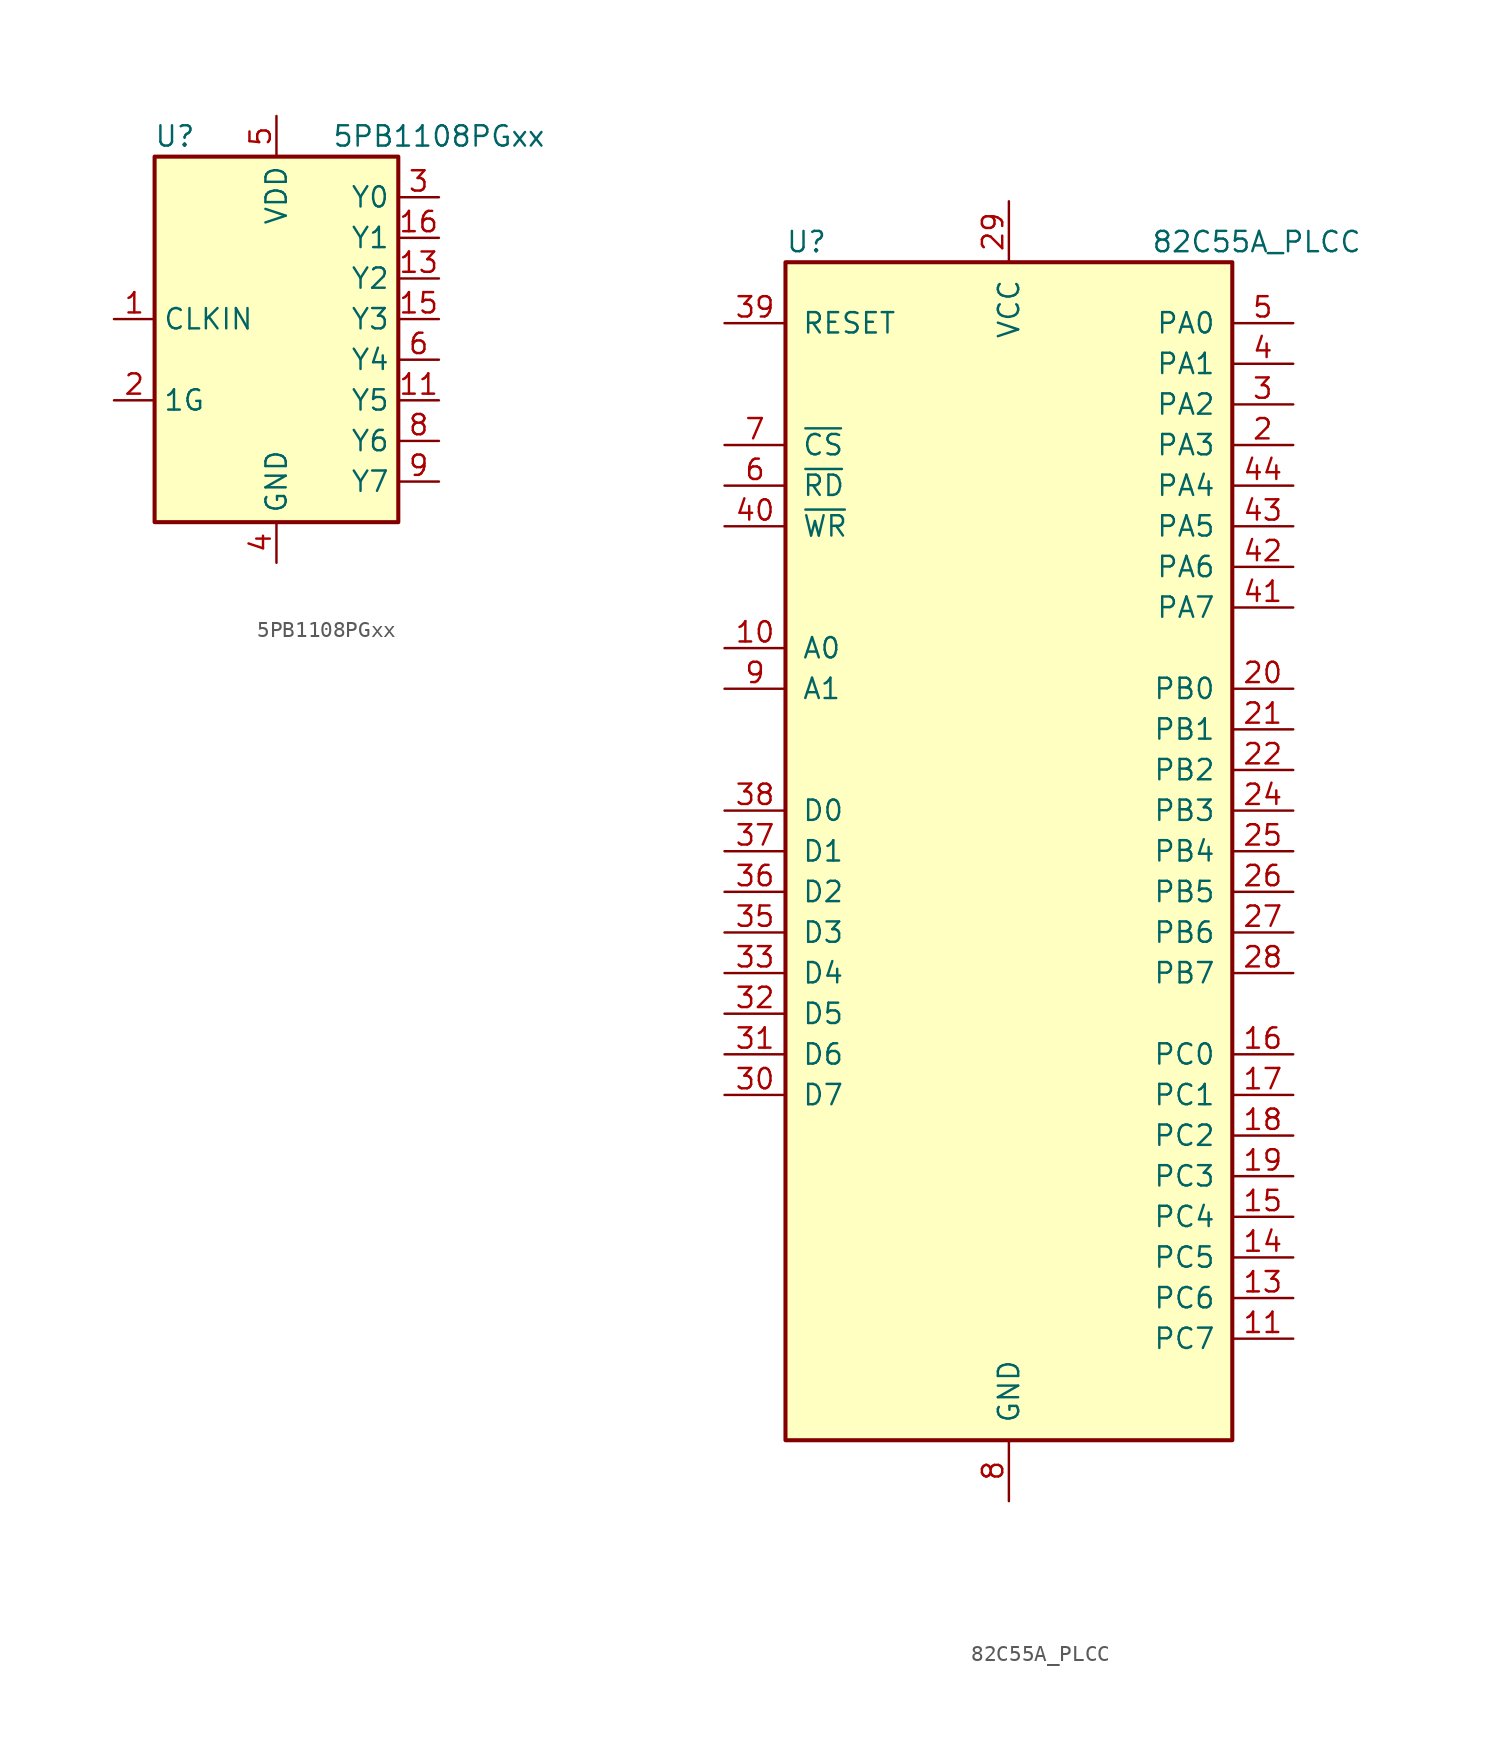
<source format=kicad_sym>
(kicad_symbol_lib
  (version 20241209)
  (generator "kicad_symbol_editor")
  (generator_version "9.0")
  (symbol "5PB1108PGxx"
    (property "Reference" "U"
      (at -6.35 13.97 0)
      (effects (font (size 1.27 1.27))))
    (property "Value" "5PB1108PGxx"
      (at 10.16 13.97 0)
      (effects (font (size 1.27 1.27))))
    (symbol "5PB1108PGxx_0_1"
      (rectangle (start -7.62 12.7) (end 7.62 -10.16) (stroke (width 0.254) (type default)) (fill (type background))))
    (symbol "5PB1108PGxx_1_1"
      (pin input line (at -10.16 2.54 0) (length 2.54) (name "CLKIN" (effects (font (size 1.27 1.27)))) (number "1" (effects (font (size 1.27 1.27)))))
      (pin input line (at -10.16 -2.54 0) (length 2.54) (name "1G" (effects (font (size 1.27 1.27)))) (number "2" (effects (font (size 1.27 1.27)))))
      (pin passive line (at 0 15.24 270) (length 2.54) (hide yes) (name "VDD" (effects (font (size 1.27 1.27)))) (number "10" (effects (font (size 1.27 1.27)))))
      (pin passive line (at 0 15.24 270) (length 2.54) (hide yes) (name "VDD" (effects (font (size 1.27 1.27)))) (number "14" (effects (font (size 1.27 1.27)))))
      (pin power_in line (at 0 15.24 270) (length 2.54) (name "VDD" (effects (font (size 1.27 1.27)))) (number "5" (effects (font (size 1.27 1.27)))))
      (pin passive line (at 0 -12.7 90) (length 2.54) (hide yes) (name "GND" (effects (font (size 1.27 1.27)))) (number "12" (effects (font (size 1.27 1.27)))))
      (pin power_in line (at 0 -12.7 90) (length 2.54) (name "GND" (effects (font (size 1.27 1.27)))) (number "4" (effects (font (size 1.27 1.27)))))
      (pin passive line (at 0 -12.7 90) (length 2.54) (hide yes) (name "GND" (effects (font (size 1.27 1.27)))) (number "7" (effects (font (size 1.27 1.27)))))
      (pin output line (at 10.16 10.16 180) (length 2.54) (name "Y0" (effects (font (size 1.27 1.27)))) (number "3" (effects (font (size 1.27 1.27)))))
      (pin output line (at 10.16 7.62 180) (length 2.54) (name "Y1" (effects (font (size 1.27 1.27)))) (number "16" (effects (font (size 1.27 1.27)))))
      (pin output line (at 10.16 5.08 180) (length 2.54) (name "Y2" (effects (font (size 1.27 1.27)))) (number "13" (effects (font (size 1.27 1.27)))))
      (pin output line (at 10.16 2.54 180) (length 2.54) (name "Y3" (effects (font (size 1.27 1.27)))) (number "15" (effects (font (size 1.27 1.27)))))
      (pin output line (at 10.16 0 180) (length 2.54) (name "Y4" (effects (font (size 1.27 1.27)))) (number "6" (effects (font (size 1.27 1.27)))))
      (pin output line (at 10.16 -2.54 180) (length 2.54) (name "Y5" (effects (font (size 1.27 1.27)))) (number "11" (effects (font (size 1.27 1.27)))))
      (pin output line (at 10.16 -5.08 180) (length 2.54) (name "Y6" (effects (font (size 1.27 1.27)))) (number "8" (effects (font (size 1.27 1.27)))))
      (pin output line (at 10.16 -7.62 180) (length 2.54) (name "Y7" (effects (font (size 1.27 1.27)))) (number "9" (effects (font (size 1.27 1.27)))))))
  (symbol "82C55A_PLCC"
    (pin_names
      (offset 1.016))
    (property "Reference" "U"
      (at -13.97 38.1 0)
      (effects (font (size 1.27 1.27)) (justify left)))
    (property "Value" "82C55A_PLCC"
      (at 8.89 38.1 0)
      (effects (font (size 1.27 1.27)) (justify left)))
    (symbol "82C55A_PLCC_1_1"
      (rectangle (start -13.97 -36.83) (end 13.97 36.83) (stroke (width 0.254) (type default)) (fill (type background)))
      (pin input line (at -17.78 33.02 0) (length 3.81) (name "RESET" (effects (font (size 1.27 1.27)))) (number "39" (effects (font (size 1.27 1.27)))))
      (pin input line (at -17.78 25.4 0) (length 3.81) (name "~{CS}" (effects (font (size 1.27 1.27)))) (number "7" (effects (font (size 1.27 1.27)))))
      (pin input line (at -17.78 22.86 0) (length 3.81) (name "~{RD}" (effects (font (size 1.27 1.27)))) (number "6" (effects (font (size 1.27 1.27)))))
      (pin input line (at -17.78 20.32 0) (length 3.81) (name "~{WR}" (effects (font (size 1.27 1.27)))) (number "40" (effects (font (size 1.27 1.27)))))
      (pin input line (at -17.78 12.7 0) (length 3.81) (name "A0" (effects (font (size 1.27 1.27)))) (number "10" (effects (font (size 1.27 1.27)))))
      (pin input line (at -17.78 10.16 0) (length 3.81) (name "A1" (effects (font (size 1.27 1.27)))) (number "9" (effects (font (size 1.27 1.27)))))
      (pin bidirectional line (at -17.78 2.54 0) (length 3.81) (name "D0" (effects (font (size 1.27 1.27)))) (number "38" (effects (font (size 1.27 1.27)))))
      (pin bidirectional line (at -17.78 0 0) (length 3.81) (name "D1" (effects (font (size 1.27 1.27)))) (number "37" (effects (font (size 1.27 1.27)))))
      (pin bidirectional line (at -17.78 -2.54 0) (length 3.81) (name "D2" (effects (font (size 1.27 1.27)))) (number "36" (effects (font (size 1.27 1.27)))))
      (pin bidirectional line (at -17.78 -5.08 0) (length 3.81) (name "D3" (effects (font (size 1.27 1.27)))) (number "35" (effects (font (size 1.27 1.27)))))
      (pin bidirectional line (at -17.78 -7.62 0) (length 3.81) (name "D4" (effects (font (size 1.27 1.27)))) (number "33" (effects (font (size 1.27 1.27)))))
      (pin bidirectional line (at -17.78 -10.16 0) (length 3.81) (name "D5" (effects (font (size 1.27 1.27)))) (number "32" (effects (font (size 1.27 1.27)))))
      (pin bidirectional line (at -17.78 -12.7 0) (length 3.81) (name "D6" (effects (font (size 1.27 1.27)))) (number "31" (effects (font (size 1.27 1.27)))))
      (pin bidirectional line (at -17.78 -15.24 0) (length 3.81) (name "D7" (effects (font (size 1.27 1.27)))) (number "30" (effects (font (size 1.27 1.27)))))
      (pin no_connect line (at -13.97 -22.86 0) (length 5.08) (hide yes) (name "NC" (effects (font (size 1.27 1.27)))) (number "1" (effects (font (size 1.27 1.27)))))
      (pin no_connect line (at -13.97 -25.4 0) (length 5.08) (hide yes) (name "NC" (effects (font (size 1.27 1.27)))) (number "12" (effects (font (size 1.27 1.27)))))
      (pin no_connect line (at -13.97 -27.94 0) (length 5.08) (hide yes) (name "NC" (effects (font (size 1.27 1.27)))) (number "23" (effects (font (size 1.27 1.27)))))
      (pin no_connect line (at -13.97 -30.48 0) (length 5.08) (hide yes) (name "NC" (effects (font (size 1.27 1.27)))) (number "34" (effects (font (size 1.27 1.27)))))
      (pin power_in line (at 0 40.64 270) (length 3.81) (name "VCC" (effects (font (size 1.27 1.27)))) (number "29" (effects (font (size 1.27 1.27)))))
      (pin power_in line (at 0 -40.64 90) (length 3.81) (name "GND" (effects (font (size 1.27 1.27)))) (number "8" (effects (font (size 1.27 1.27)))))
      (pin bidirectional line (at 17.78 33.02 180) (length 3.81) (name "PA0" (effects (font (size 1.27 1.27)))) (number "5" (effects (font (size 1.27 1.27)))))
      (pin bidirectional line (at 17.78 30.48 180) (length 3.81) (name "PA1" (effects (font (size 1.27 1.27)))) (number "4" (effects (font (size 1.27 1.27)))))
      (pin bidirectional line (at 17.78 27.94 180) (length 3.81) (name "PA2" (effects (font (size 1.27 1.27)))) (number "3" (effects (font (size 1.27 1.27)))))
      (pin bidirectional line (at 17.78 25.4 180) (length 3.81) (name "PA3" (effects (font (size 1.27 1.27)))) (number "2" (effects (font (size 1.27 1.27)))))
      (pin bidirectional line (at 17.78 22.86 180) (length 3.81) (name "PA4" (effects (font (size 1.27 1.27)))) (number "44" (effects (font (size 1.27 1.27)))))
      (pin bidirectional line (at 17.78 20.32 180) (length 3.81) (name "PA5" (effects (font (size 1.27 1.27)))) (number "43" (effects (font (size 1.27 1.27)))))
      (pin bidirectional line (at 17.78 17.78 180) (length 3.81) (name "PA6" (effects (font (size 1.27 1.27)))) (number "42" (effects (font (size 1.27 1.27)))))
      (pin bidirectional line (at 17.78 15.24 180) (length 3.81) (name "PA7" (effects (font (size 1.27 1.27)))) (number "41" (effects (font (size 1.27 1.27)))))
      (pin bidirectional line (at 17.78 10.16 180) (length 3.81) (name "PB0" (effects (font (size 1.27 1.27)))) (number "20" (effects (font (size 1.27 1.27)))))
      (pin bidirectional line (at 17.78 7.62 180) (length 3.81) (name "PB1" (effects (font (size 1.27 1.27)))) (number "21" (effects (font (size 1.27 1.27)))))
      (pin bidirectional line (at 17.78 5.08 180) (length 3.81) (name "PB2" (effects (font (size 1.27 1.27)))) (number "22" (effects (font (size 1.27 1.27)))))
      (pin bidirectional line (at 17.78 2.54 180) (length 3.81) (name "PB3" (effects (font (size 1.27 1.27)))) (number "24" (effects (font (size 1.27 1.27)))))
      (pin bidirectional line (at 17.78 0 180) (length 3.81) (name "PB4" (effects (font (size 1.27 1.27)))) (number "25" (effects (font (size 1.27 1.27)))))
      (pin bidirectional line (at 17.78 -2.54 180) (length 3.81) (name "PB5" (effects (font (size 1.27 1.27)))) (number "26" (effects (font (size 1.27 1.27)))))
      (pin bidirectional line (at 17.78 -5.08 180) (length 3.81) (name "PB6" (effects (font (size 1.27 1.27)))) (number "27" (effects (font (size 1.27 1.27)))))
      (pin bidirectional line (at 17.78 -7.62 180) (length 3.81) (name "PB7" (effects (font (size 1.27 1.27)))) (number "28" (effects (font (size 1.27 1.27)))))
      (pin bidirectional line (at 17.78 -12.7 180) (length 3.81) (name "PC0" (effects (font (size 1.27 1.27)))) (number "16" (effects (font (size 1.27 1.27)))))
      (pin bidirectional line (at 17.78 -15.24 180) (length 3.81) (name "PC1" (effects (font (size 1.27 1.27)))) (number "17" (effects (font (size 1.27 1.27)))))
      (pin bidirectional line (at 17.78 -17.78 180) (length 3.81) (name "PC2" (effects (font (size 1.27 1.27)))) (number "18" (effects (font (size 1.27 1.27)))))
      (pin bidirectional line (at 17.78 -20.32 180) (length 3.81) (name "PC3" (effects (font (size 1.27 1.27)))) (number "19" (effects (font (size 1.27 1.27)))))
      (pin bidirectional line (at 17.78 -22.86 180) (length 3.81) (name "PC4" (effects (font (size 1.27 1.27)))) (number "15" (effects (font (size 1.27 1.27)))))
      (pin bidirectional line (at 17.78 -25.4 180) (length 3.81) (name "PC5" (effects (font (size 1.27 1.27)))) (number "14" (effects (font (size 1.27 1.27)))))
      (pin bidirectional line (at 17.78 -27.94 180) (length 3.81) (name "PC6" (effects (font (size 1.27 1.27)))) (number "13" (effects (font (size 1.27 1.27)))))
      (pin bidirectional line (at 17.78 -30.48 180) (length 3.81) (name "PC7" (effects (font (size 1.27 1.27)))) (number "11" (effects (font (size 1.27 1.27))))))))
</source>
